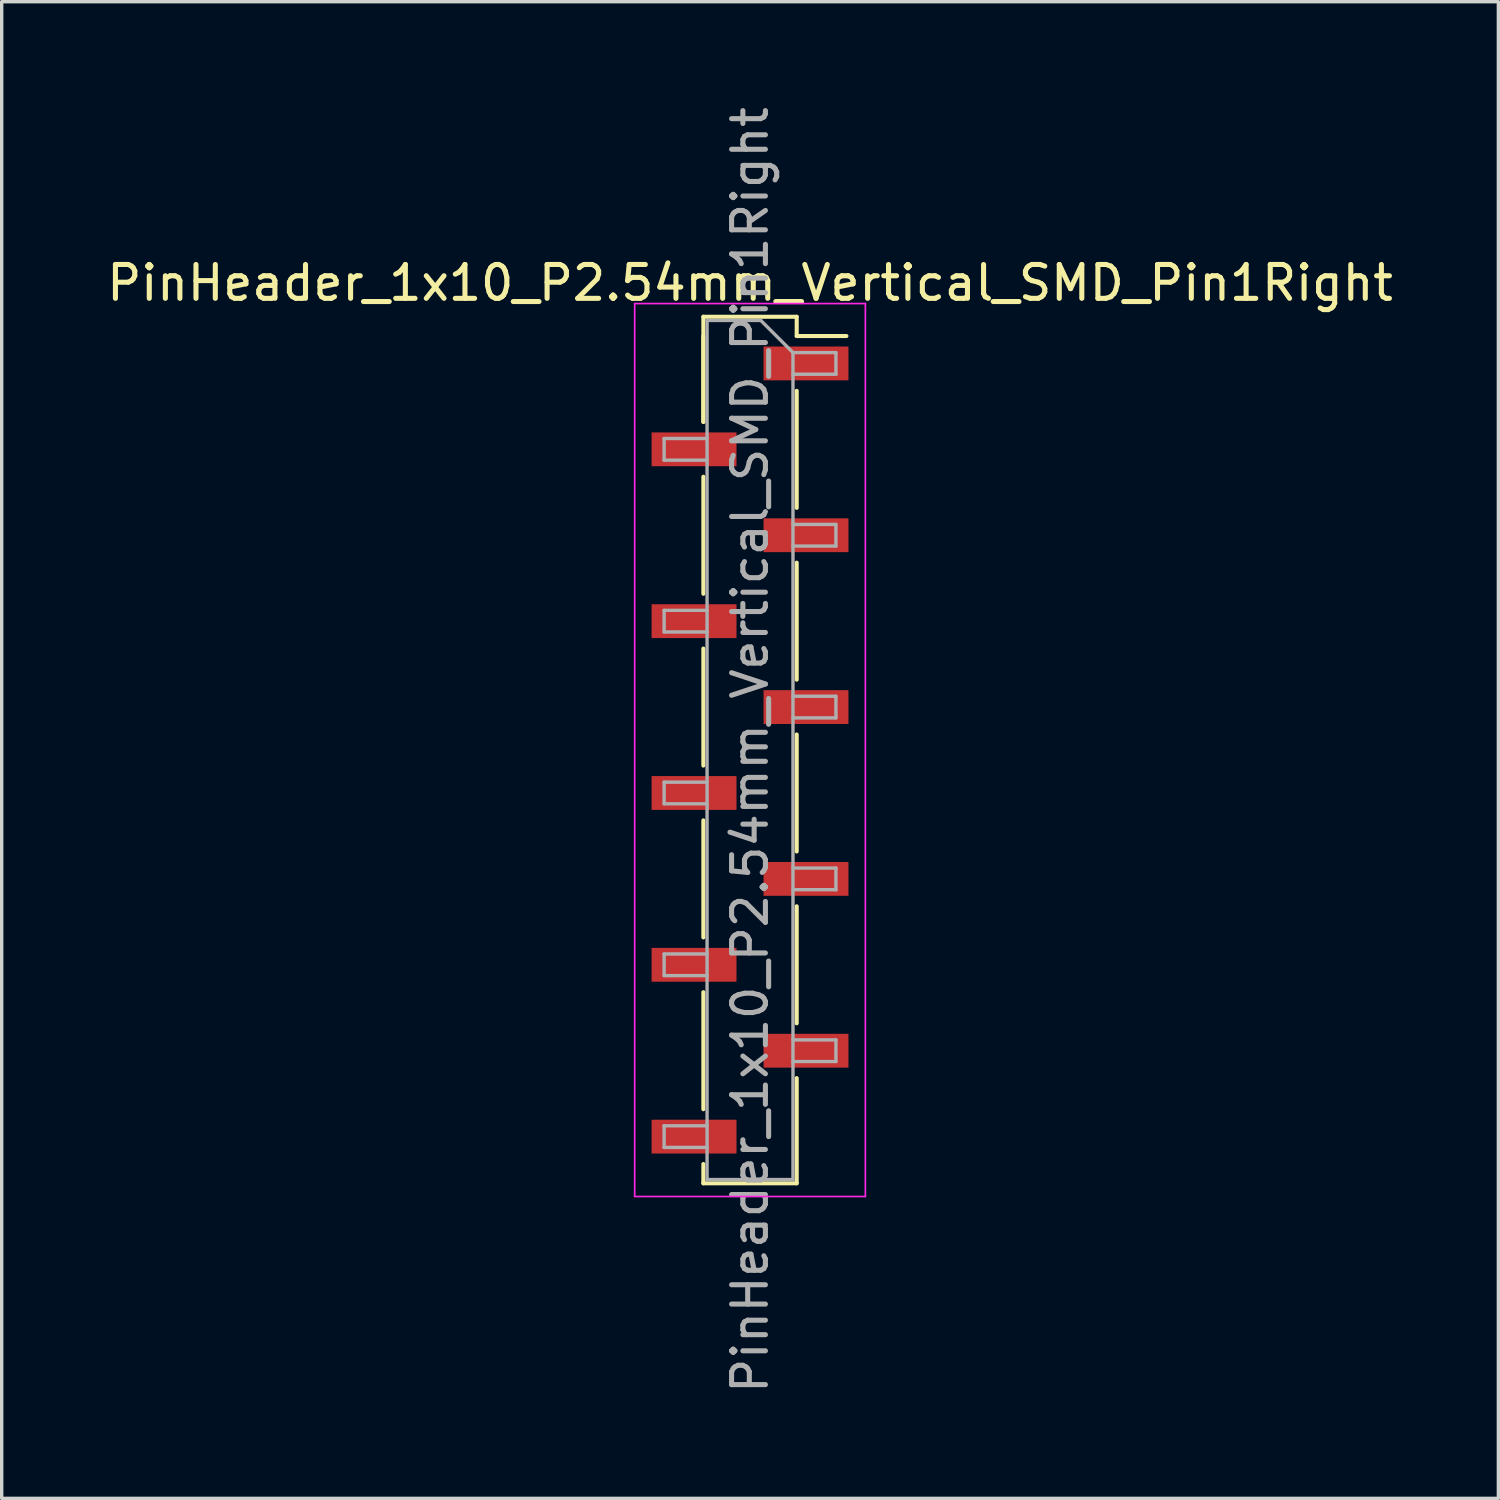
<source format=kicad_pcb>
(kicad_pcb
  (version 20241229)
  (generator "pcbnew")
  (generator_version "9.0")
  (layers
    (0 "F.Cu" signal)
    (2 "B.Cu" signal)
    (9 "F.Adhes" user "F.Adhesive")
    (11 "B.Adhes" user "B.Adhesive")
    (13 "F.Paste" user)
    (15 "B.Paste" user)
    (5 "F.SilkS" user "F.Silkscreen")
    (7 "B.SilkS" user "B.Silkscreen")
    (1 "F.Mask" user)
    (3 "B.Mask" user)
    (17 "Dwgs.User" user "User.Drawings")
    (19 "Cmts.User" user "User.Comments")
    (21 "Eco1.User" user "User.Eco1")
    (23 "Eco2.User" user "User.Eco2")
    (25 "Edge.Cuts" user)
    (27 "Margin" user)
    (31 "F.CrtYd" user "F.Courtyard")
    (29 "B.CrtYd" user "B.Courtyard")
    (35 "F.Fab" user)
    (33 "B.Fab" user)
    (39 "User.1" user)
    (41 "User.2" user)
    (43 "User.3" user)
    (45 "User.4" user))
  (footprint "PinHeader_1x10_P2.54mm_Vertical_SMD_Pin1Right"
    (layer "F.Cu")
    (at 19.125 19.125)
    (property "Reference" "PinHeader_1x10_P2.54mm_Vertical_SMD_Pin1Right" (at 0 -13.81 0) (layer "F.SilkS") (effects (font (size 1 1) (thickness 0.15))))
    (attr smd)
    (fp_line (start -1.38 -12.81) (end -1.38 -9.7) (stroke (width 0.12) (type solid)) (layer "F.SilkS"))
    (fp_line (start -1.38 -12.81) (end 1.38 -12.81) (stroke (width 0.12) (type solid)) (layer "F.SilkS"))
    (fp_line (start -1.38 -12.24) (end -1.38 -9.7) (stroke (width 0.12) (type solid)) (layer "F.SilkS"))
    (fp_line (start -1.38 -8.08) (end -1.38 -4.62) (stroke (width 0.12) (type solid)) (layer "F.SilkS"))
    (fp_line (start -1.38 -3) (end -1.38 0.46) (stroke (width 0.12) (type solid)) (layer "F.SilkS"))
    (fp_line (start -1.38 2.08) (end -1.38 5.54) (stroke (width 0.12) (type solid)) (layer "F.SilkS"))
    (fp_line (start -1.38 7.16) (end -1.38 10.62) (stroke (width 0.12) (type solid)) (layer "F.SilkS"))
    (fp_line (start -1.38 12.24) (end -1.38 12.81) (stroke (width 0.12) (type solid)) (layer "F.SilkS"))
    (fp_line (start -1.38 12.81) (end 1.38 12.81) (stroke (width 0.12) (type solid)) (layer "F.SilkS"))
    (fp_line (start 1.38 -12.81) (end 1.38 -12.24) (stroke (width 0.12) (type solid)) (layer "F.SilkS"))
    (fp_line (start 1.38 -12.24) (end 2.85 -12.24) (stroke (width 0.12) (type solid)) (layer "F.SilkS"))
    (fp_line (start 1.38 -10.62) (end 1.38 -7.16) (stroke (width 0.12) (type solid)) (layer "F.SilkS"))
    (fp_line (start 1.38 -5.54) (end 1.38 -2.08) (stroke (width 0.12) (type solid)) (layer "F.SilkS"))
    (fp_line (start 1.38 -0.46) (end 1.38 3) (stroke (width 0.12) (type solid)) (layer "F.SilkS"))
    (fp_line (start 1.38 4.62) (end 1.38 8.08) (stroke (width 0.12) (type solid)) (layer "F.SilkS"))
    (fp_line (start 1.38 9.7) (end 1.38 12.81) (stroke (width 0.12) (type solid)) (layer "F.SilkS"))
    (fp_line (start -3.41 -13.2) (end -3.41 13.2) (stroke (width 0.05) (type solid)) (layer "F.CrtYd"))
    (fp_line (start -3.41 13.2) (end 3.41 13.2) (stroke (width 0.05) (type solid)) (layer "F.CrtYd"))
    (fp_line (start 3.41 -13.2) (end -3.41 -13.2) (stroke (width 0.05) (type solid)) (layer "F.CrtYd"))
    (fp_line (start 3.41 13.2) (end 3.41 -13.2) (stroke (width 0.05) (type solid)) (layer "F.CrtYd"))
    (fp_line (start -2.54 -9.21) (end -2.54 -8.57) (stroke (width 0.1) (type solid)) (layer "F.Fab"))
    (fp_line (start -2.54 -8.57) (end -1.27 -8.57) (stroke (width 0.1) (type solid)) (layer "F.Fab"))
    (fp_line (start -2.54 -4.13) (end -2.54 -3.49) (stroke (width 0.1) (type solid)) (layer "F.Fab"))
    (fp_line (start -2.54 -3.49) (end -1.27 -3.49) (stroke (width 0.1) (type solid)) (layer "F.Fab"))
    (fp_line (start -2.54 0.95) (end -2.54 1.59) (stroke (width 0.1) (type solid)) (layer "F.Fab"))
    (fp_line (start -2.54 1.59) (end -1.27 1.59) (stroke (width 0.1) (type solid)) (layer "F.Fab"))
    (fp_line (start -2.54 6.03) (end -2.54 6.67) (stroke (width 0.1) (type solid)) (layer "F.Fab"))
    (fp_line (start -2.54 6.67) (end -1.27 6.67) (stroke (width 0.1) (type solid)) (layer "F.Fab"))
    (fp_line (start -2.54 11.11) (end -2.54 11.75) (stroke (width 0.1) (type solid)) (layer "F.Fab"))
    (fp_line (start -2.54 11.75) (end -1.27 11.75) (stroke (width 0.1) (type solid)) (layer "F.Fab"))
    (fp_line (start -1.27 -12.7) (end -1.27 12.7) (stroke (width 0.1) (type solid)) (layer "F.Fab"))
    (fp_line (start -1.27 -12.7) (end 0.32 -12.7) (stroke (width 0.1) (type solid)) (layer "F.Fab"))
    (fp_line (start -1.27 -9.21) (end -2.54 -9.21) (stroke (width 0.1) (type solid)) (layer "F.Fab"))
    (fp_line (start -1.27 -4.13) (end -2.54 -4.13) (stroke (width 0.1) (type solid)) (layer "F.Fab"))
    (fp_line (start -1.27 0.95) (end -2.54 0.95) (stroke (width 0.1) (type solid)) (layer "F.Fab"))
    (fp_line (start -1.27 6.03) (end -2.54 6.03) (stroke (width 0.1) (type solid)) (layer "F.Fab"))
    (fp_line (start -1.27 11.11) (end -2.54 11.11) (stroke (width 0.1) (type solid)) (layer "F.Fab"))
    (fp_line (start 1.27 -11.75) (end 0.32 -12.7) (stroke (width 0.1) (type solid)) (layer "F.Fab"))
    (fp_line (start 1.27 -11.75) (end 2.54 -11.75) (stroke (width 0.1) (type solid)) (layer "F.Fab"))
    (fp_line (start 1.27 -6.67) (end 2.54 -6.67) (stroke (width 0.1) (type solid)) (layer "F.Fab"))
    (fp_line (start 1.27 -1.59) (end 2.54 -1.59) (stroke (width 0.1) (type solid)) (layer "F.Fab"))
    (fp_line (start 1.27 3.49) (end 2.54 3.49) (stroke (width 0.1) (type solid)) (layer "F.Fab"))
    (fp_line (start 1.27 8.57) (end 2.54 8.57) (stroke (width 0.1) (type solid)) (layer "F.Fab"))
    (fp_line (start 1.27 12.7) (end -1.27 12.7) (stroke (width 0.1) (type solid)) (layer "F.Fab"))
    (fp_line (start 1.27 12.7) (end 1.27 -11.75) (stroke (width 0.1) (type solid)) (layer "F.Fab"))
    (fp_line (start 2.54 -11.75) (end 2.54 -11.11) (stroke (width 0.1) (type solid)) (layer "F.Fab"))
    (fp_line (start 2.54 -11.11) (end 1.27 -11.11) (stroke (width 0.1) (type solid)) (layer "F.Fab"))
    (fp_line (start 2.54 -6.67) (end 2.54 -6.03) (stroke (width 0.1) (type solid)) (layer "F.Fab"))
    (fp_line (start 2.54 -6.03) (end 1.27 -6.03) (stroke (width 0.1) (type solid)) (layer "F.Fab"))
    (fp_line (start 2.54 -1.59) (end 2.54 -0.95) (stroke (width 0.1) (type solid)) (layer "F.Fab"))
    (fp_line (start 2.54 -0.95) (end 1.27 -0.95) (stroke (width 0.1) (type solid)) (layer "F.Fab"))
    (fp_line (start 2.54 3.49) (end 2.54 4.13) (stroke (width 0.1) (type solid)) (layer "F.Fab"))
    (fp_line (start 2.54 4.13) (end 1.27 4.13) (stroke (width 0.1) (type solid)) (layer "F.Fab"))
    (fp_line (start 2.54 8.57) (end 2.54 9.21) (stroke (width 0.1) (type solid)) (layer "F.Fab"))
    (fp_line (start 2.54 9.21) (end 1.27 9.21) (stroke (width 0.1) (type solid)) (layer "F.Fab"))
    (fp_text user "${REFERENCE}" (at 0 0 90) (layer "F.Fab") (effects (font (size 1 1) (thickness 0.15))))
    (pad "1" smd rect (at 1.655 -11.43) (size 2.51 1) (layers "F.Cu" "F.Mask" "F.Paste"))
    (pad "2" smd rect (at -1.655 -8.89) (size 2.51 1) (layers "F.Cu" "F.Mask" "F.Paste"))
    (pad "3" smd rect (at 1.655 -6.35) (size 2.51 1) (layers "F.Cu" "F.Mask" "F.Paste"))
    (pad "4" smd rect (at -1.655 -3.81) (size 2.51 1) (layers "F.Cu" "F.Mask" "F.Paste"))
    (pad "5" smd rect (at 1.655 -1.27) (size 2.51 1) (layers "F.Cu" "F.Mask" "F.Paste"))
    (pad "6" smd rect (at -1.655 1.27) (size 2.51 1) (layers "F.Cu" "F.Mask" "F.Paste"))
    (pad "7" smd rect (at 1.655 3.81) (size 2.51 1) (layers "F.Cu" "F.Mask" "F.Paste"))
    (pad "8" smd rect (at -1.655 6.35) (size 2.51 1) (layers "F.Cu" "F.Mask" "F.Paste"))
    (pad "9" smd rect (at 1.655 8.89) (size 2.51 1) (layers "F.Cu" "F.Mask" "F.Paste"))
    (pad "10" smd rect (at -1.655 11.43) (size 2.51 1) (layers "F.Cu" "F.Mask" "F.Paste")))
  (gr_rect
    (start -3 -3)
    (end 41.25 41.25)
    (stroke (width 0.1) (type default))
    (fill no)
    (layer "Edge.Cuts")))
</source>
